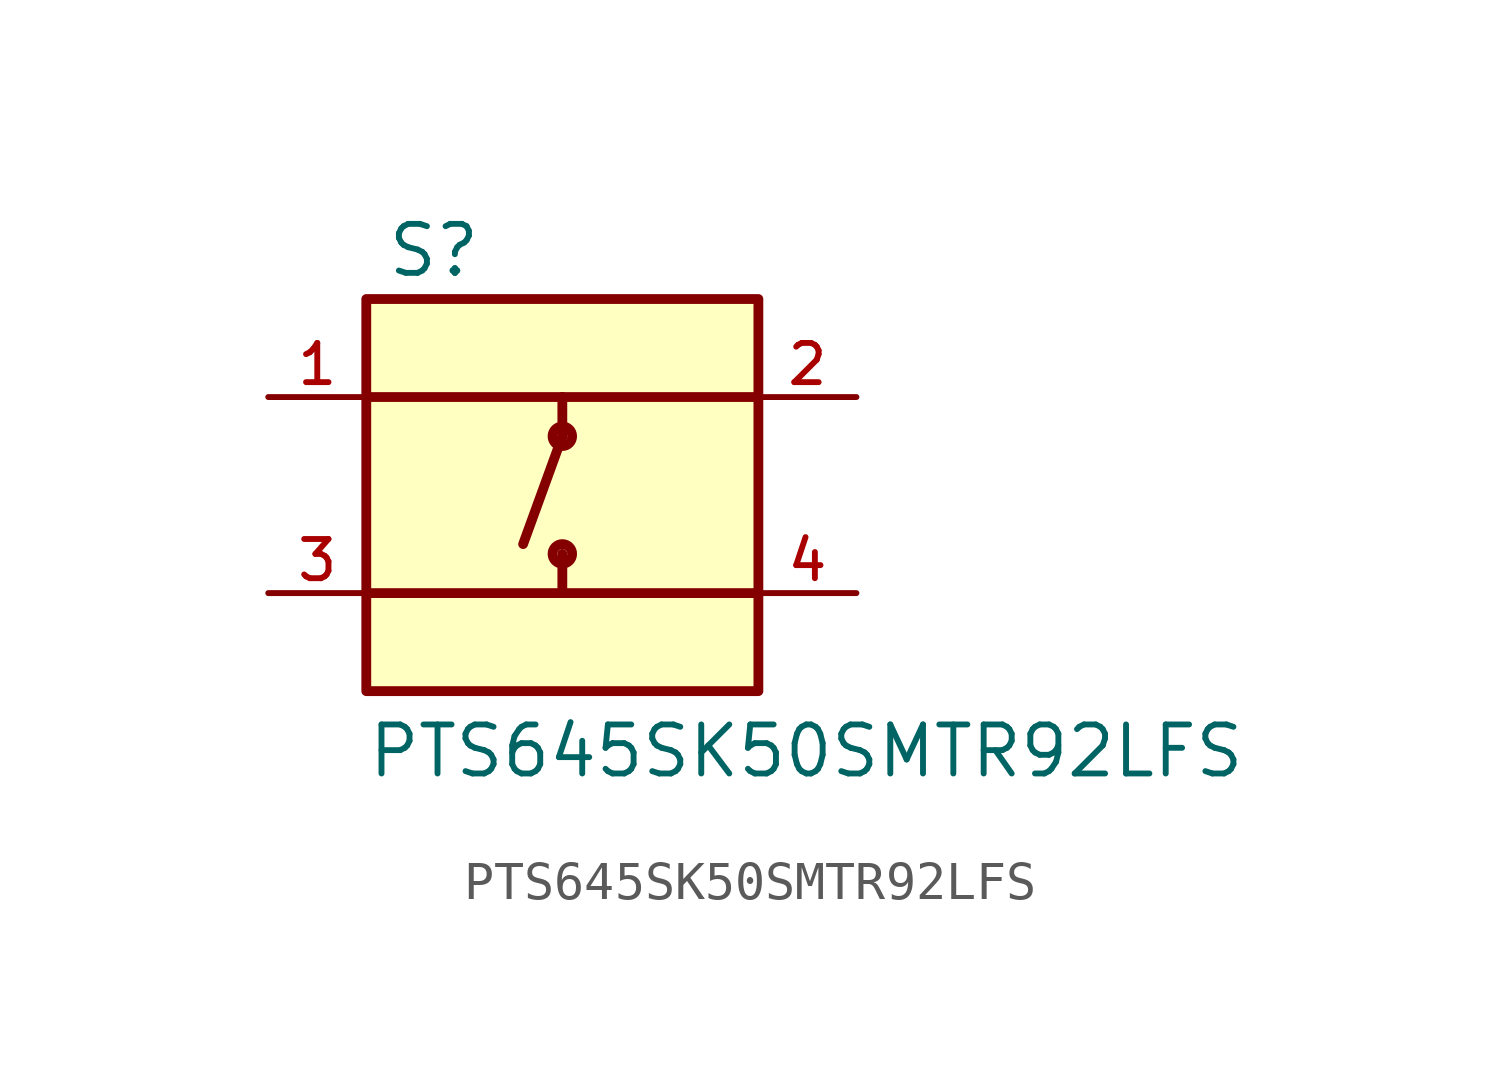
<source format=kicad_sym>
(kicad_symbol_lib
  (version 20211014)
  (generator kicad_symbol_editor)
  (symbol "PTS645SK50SMTR92LFS"
    (pin_names
      (offset 1.016))
    (property "Reference" "S"
      (at -4.577 5.594 0)
      (effects (font (size 1.27 1.27)) (justify bottom left)))
    (property "Value" "PTS645SK50SMTR92LFS"
      (at -5.088 -7.377 0)
      (effects (font (size 1.27 1.27)) (justify bottom left)))
    (symbol "PTS645SK50SMTR92LFS_0_0"
      (polyline (pts (xy -5.08 2.54) (xy 0.0 2.54)) (stroke (width 0.254)))
      (polyline (pts (xy 0.0 2.54) (xy 5.08 2.54)) (stroke (width 0.254)))
      (polyline (pts (xy 5.08 -2.54) (xy 0.0 -2.54)) (stroke (width 0.254)))
      (polyline (pts (xy 0.0 -2.54) (xy -5.08 -2.54)) (stroke (width 0.254)))
      (polyline (pts (xy 0.0 1.524) (xy 0.0 2.54)) (stroke (width 0.254)))
      (polyline (pts (xy 0.0 -2.54) (xy 0.0 -1.524)) (stroke (width 0.254)))
      (circle (center 0.0 -1.524) (radius 0.254) (stroke (width 0.254)) (fill (type none)))
      (circle (center 0.0 1.524) (radius 0.254) (stroke (width 0.254)) (fill (type none)))
      (polyline (pts (xy 0.0 1.524) (xy -1.016 -1.27)) (stroke (width 0.254)))
      (rectangle (start -5.08 -5.08) (end 5.08 5.08) (stroke (width 0.254)) (fill (type background)))
      (pin passive line (at -7.62 2.54 0) (length 2.54) (name "~" (effects (font (size 1.016 1.016)))) (number "1" (effects (font (size 1.016 1.016)))))
      (pin passive line (at -7.62 -2.54 0) (length 2.54) (name "~" (effects (font (size 1.016 1.016)))) (number "3" (effects (font (size 1.016 1.016)))))
      (pin passive line (at 7.62 2.54 180.0) (length 2.54) (name "~" (effects (font (size 1.016 1.016)))) (number "2" (effects (font (size 1.016 1.016)))))
      (pin passive line (at 7.62 -2.54 180.0) (length 2.54) (name "~" (effects (font (size 1.016 1.016)))) (number "4" (effects (font (size 1.016 1.016))))))))
</source>
